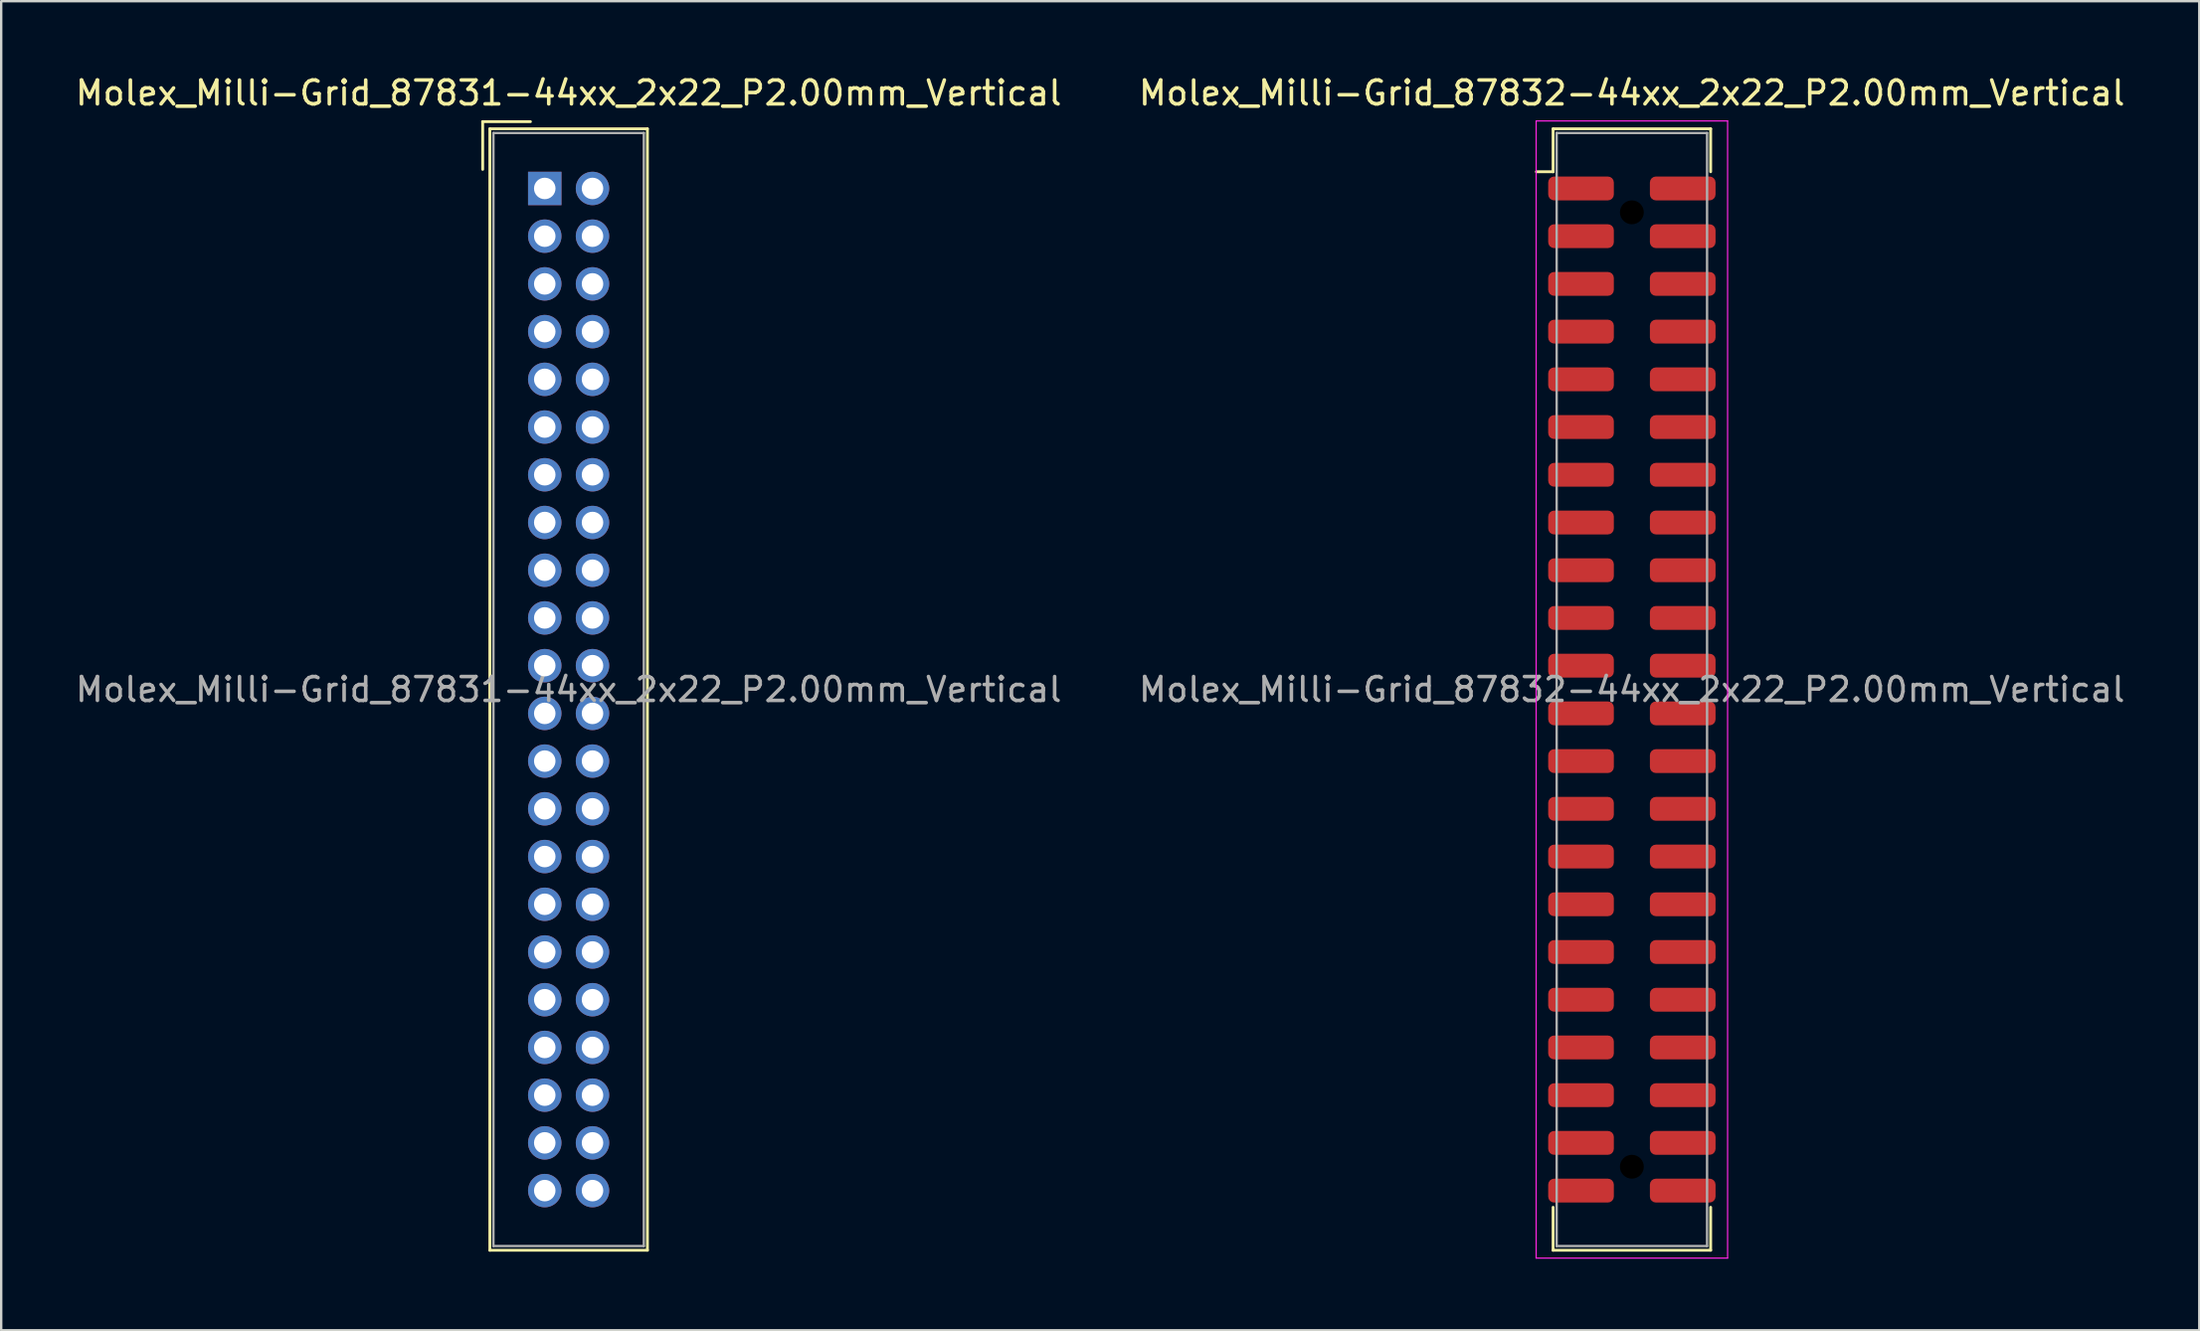
<source format=kicad_pcb>
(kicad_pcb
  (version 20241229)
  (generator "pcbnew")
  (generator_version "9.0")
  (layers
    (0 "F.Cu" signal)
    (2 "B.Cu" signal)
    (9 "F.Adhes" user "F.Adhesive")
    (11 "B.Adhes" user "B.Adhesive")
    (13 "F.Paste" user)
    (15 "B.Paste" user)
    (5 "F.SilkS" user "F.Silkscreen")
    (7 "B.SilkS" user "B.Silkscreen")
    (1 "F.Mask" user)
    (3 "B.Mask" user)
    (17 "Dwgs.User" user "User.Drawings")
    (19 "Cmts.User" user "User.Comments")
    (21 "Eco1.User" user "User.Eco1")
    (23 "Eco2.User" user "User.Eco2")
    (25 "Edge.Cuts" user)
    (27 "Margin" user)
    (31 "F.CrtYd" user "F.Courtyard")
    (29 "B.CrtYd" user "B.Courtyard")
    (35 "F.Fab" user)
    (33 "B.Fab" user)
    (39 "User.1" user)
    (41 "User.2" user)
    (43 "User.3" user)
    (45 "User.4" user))
  (footprint "Molex_Milli-Grid_87832-44xx_2x22_P2.00mm_Vertical"
    (layer "F.Cu")
    (at 65.304 25.848)
    (property "Reference" "Molex_Milli-Grid_87832-44xx_2x22_P2.00mm_Vertical" (at 0 -25 0) (unlocked yes) (layer "F.SilkS") (effects (font (size 1 1) (thickness 0.15))))
    (attr smd)
    (fp_line (start -3.3 -23.5) (end -3.3 -21.7) (stroke (width 0.12) (type solid)) (layer "F.SilkS"))
    (fp_line (start -3.3 -23.5) (end 3.3 -23.5) (stroke (width 0.12) (type solid)) (layer "F.SilkS"))
    (fp_line (start -3.3 -21.7) (end -4 -21.7) (stroke (width 0.12) (type solid)) (layer "F.SilkS"))
    (fp_line (start -3.3 21.7) (end -3.3 23.5) (stroke (width 0.12) (type solid)) (layer "F.SilkS"))
    (fp_line (start -3.3 23.5) (end 3.3 23.5) (stroke (width 0.12) (type solid)) (layer "F.SilkS"))
    (fp_line (start 3.3 -23.5) (end 3.3 -21.7) (stroke (width 0.12) (type solid)) (layer "F.SilkS"))
    (fp_line (start 3.3 23.5) (end 3.3 21.7) (stroke (width 0.12) (type solid)) (layer "F.SilkS"))
    (fp_line (start -4.01 -23.83) (end -4.01 23.83) (stroke (width 0.05) (type solid)) (layer "F.CrtYd"))
    (fp_line (start -4.01 -23.83) (end 4.01 -23.83) (stroke (width 0.05) (type solid)) (layer "F.CrtYd"))
    (fp_line (start -4.01 23.83) (end 4.01 23.83) (stroke (width 0.05) (type solid)) (layer "F.CrtYd"))
    (fp_line (start 4.01 -23.83) (end 4.01 23.83) (stroke (width 0.05) (type solid)) (layer "F.CrtYd"))
    (fp_line (start -3.15 -23.325) (end -3.15 23.325) (stroke (width 0.1) (type solid)) (layer "F.Fab"))
    (fp_line (start -3.15 -23.325) (end 3.15 -23.325) (stroke (width 0.1) (type solid)) (layer "F.Fab"))
    (fp_line (start -3.15 23.325) (end 3.15 23.325) (stroke (width 0.1) (type solid)) (layer "F.Fab"))
    (fp_line (start 3.15 -23.325) (end 3.15 23.325) (stroke (width 0.1) (type solid)) (layer "F.Fab"))
    (fp_text user "${REFERENCE}" (at 0 0 0) (unlocked yes) (layer "F.Fab") (effects (font (size 1 1) (thickness 0.15))))
    (pad "" np_thru_hole circle (at 0 -20) (size 1 1) (drill 1) (layers "*.Mask"))
    (pad "" np_thru_hole circle (at 0 20) (size 1 1) (drill 1) (layers "*.Mask"))
    (pad "1" smd roundrect (at -2.13 -21) (size 2.75 1) (layers "F.Cu" "F.Mask" "F.Paste") (roundrect_rratio 0.25))
    (pad "2" smd roundrect (at 2.13 -21) (size 2.75 1) (layers "F.Cu" "F.Mask" "F.Paste") (roundrect_rratio 0.25))
    (pad "3" smd roundrect (at -2.13 -19) (size 2.75 1) (layers "F.Cu" "F.Mask" "F.Paste") (roundrect_rratio 0.25))
    (pad "4" smd roundrect (at 2.13 -19) (size 2.75 1) (layers "F.Cu" "F.Mask" "F.Paste") (roundrect_rratio 0.25))
    (pad "5" smd roundrect (at -2.13 -17) (size 2.75 1) (layers "F.Cu" "F.Mask" "F.Paste") (roundrect_rratio 0.25))
    (pad "6" smd roundrect (at 2.13 -17) (size 2.75 1) (layers "F.Cu" "F.Mask" "F.Paste") (roundrect_rratio 0.25))
    (pad "7" smd roundrect (at -2.13 -15) (size 2.75 1) (layers "F.Cu" "F.Mask" "F.Paste") (roundrect_rratio 0.25))
    (pad "8" smd roundrect (at 2.13 -15) (size 2.75 1) (layers "F.Cu" "F.Mask" "F.Paste") (roundrect_rratio 0.25))
    (pad "9" smd roundrect (at -2.13 -13) (size 2.75 1) (layers "F.Cu" "F.Mask" "F.Paste") (roundrect_rratio 0.25))
    (pad "10" smd roundrect (at 2.13 -13) (size 2.75 1) (layers "F.Cu" "F.Mask" "F.Paste") (roundrect_rratio 0.25))
    (pad "11" smd roundrect (at -2.13 -11) (size 2.75 1) (layers "F.Cu" "F.Mask" "F.Paste") (roundrect_rratio 0.25))
    (pad "12" smd roundrect (at 2.13 -11) (size 2.75 1) (layers "F.Cu" "F.Mask" "F.Paste") (roundrect_rratio 0.25))
    (pad "13" smd roundrect (at -2.13 -9) (size 2.75 1) (layers "F.Cu" "F.Mask" "F.Paste") (roundrect_rratio 0.25))
    (pad "14" smd roundrect (at 2.13 -9) (size 2.75 1) (layers "F.Cu" "F.Mask" "F.Paste") (roundrect_rratio 0.25))
    (pad "15" smd roundrect (at -2.13 -7) (size 2.75 1) (layers "F.Cu" "F.Mask" "F.Paste") (roundrect_rratio 0.25))
    (pad "16" smd roundrect (at 2.13 -7) (size 2.75 1) (layers "F.Cu" "F.Mask" "F.Paste") (roundrect_rratio 0.25))
    (pad "17" smd roundrect (at -2.13 -5) (size 2.75 1) (layers "F.Cu" "F.Mask" "F.Paste") (roundrect_rratio 0.25))
    (pad "18" smd roundrect (at 2.13 -5) (size 2.75 1) (layers "F.Cu" "F.Mask" "F.Paste") (roundrect_rratio 0.25))
    (pad "19" smd roundrect (at -2.13 -3) (size 2.75 1) (layers "F.Cu" "F.Mask" "F.Paste") (roundrect_rratio 0.25))
    (pad "20" smd roundrect (at 2.13 -3) (size 2.75 1) (layers "F.Cu" "F.Mask" "F.Paste") (roundrect_rratio 0.25))
    (pad "21" smd roundrect (at -2.13 -1) (size 2.75 1) (layers "F.Cu" "F.Mask" "F.Paste") (roundrect_rratio 0.25))
    (pad "22" smd roundrect (at 2.13 -1) (size 2.75 1) (layers "F.Cu" "F.Mask" "F.Paste") (roundrect_rratio 0.25))
    (pad "23" smd roundrect (at -2.13 1) (size 2.75 1) (layers "F.Cu" "F.Mask" "F.Paste") (roundrect_rratio 0.25))
    (pad "24" smd roundrect (at 2.13 1) (size 2.75 1) (layers "F.Cu" "F.Mask" "F.Paste") (roundrect_rratio 0.25))
    (pad "25" smd roundrect (at -2.13 3) (size 2.75 1) (layers "F.Cu" "F.Mask" "F.Paste") (roundrect_rratio 0.25))
    (pad "26" smd roundrect (at 2.13 3) (size 2.75 1) (layers "F.Cu" "F.Mask" "F.Paste") (roundrect_rratio 0.25))
    (pad "27" smd roundrect (at -2.13 5) (size 2.75 1) (layers "F.Cu" "F.Mask" "F.Paste") (roundrect_rratio 0.25))
    (pad "28" smd roundrect (at 2.13 5) (size 2.75 1) (layers "F.Cu" "F.Mask" "F.Paste") (roundrect_rratio 0.25))
    (pad "29" smd roundrect (at -2.13 7) (size 2.75 1) (layers "F.Cu" "F.Mask" "F.Paste") (roundrect_rratio 0.25))
    (pad "30" smd roundrect (at 2.13 7) (size 2.75 1) (layers "F.Cu" "F.Mask" "F.Paste") (roundrect_rratio 0.25))
    (pad "31" smd roundrect (at -2.13 9) (size 2.75 1) (layers "F.Cu" "F.Mask" "F.Paste") (roundrect_rratio 0.25))
    (pad "32" smd roundrect (at 2.13 9) (size 2.75 1) (layers "F.Cu" "F.Mask" "F.Paste") (roundrect_rratio 0.25))
    (pad "33" smd roundrect (at -2.13 11) (size 2.75 1) (layers "F.Cu" "F.Mask" "F.Paste") (roundrect_rratio 0.25))
    (pad "34" smd roundrect (at 2.13 11) (size 2.75 1) (layers "F.Cu" "F.Mask" "F.Paste") (roundrect_rratio 0.25))
    (pad "35" smd roundrect (at -2.13 13) (size 2.75 1) (layers "F.Cu" "F.Mask" "F.Paste") (roundrect_rratio 0.25))
    (pad "36" smd roundrect (at 2.13 13) (size 2.75 1) (layers "F.Cu" "F.Mask" "F.Paste") (roundrect_rratio 0.25))
    (pad "37" smd roundrect (at -2.13 15) (size 2.75 1) (layers "F.Cu" "F.Mask" "F.Paste") (roundrect_rratio 0.25))
    (pad "38" smd roundrect (at 2.13 15) (size 2.75 1) (layers "F.Cu" "F.Mask" "F.Paste") (roundrect_rratio 0.25))
    (pad "39" smd roundrect (at -2.13 17) (size 2.75 1) (layers "F.Cu" "F.Mask" "F.Paste") (roundrect_rratio 0.25))
    (pad "40" smd roundrect (at 2.13 17) (size 2.75 1) (layers "F.Cu" "F.Mask" "F.Paste") (roundrect_rratio 0.25))
    (pad "41" smd roundrect (at -2.13 19) (size 2.75 1) (layers "F.Cu" "F.Mask" "F.Paste") (roundrect_rratio 0.25))
    (pad "42" smd roundrect (at 2.13 19) (size 2.75 1) (layers "F.Cu" "F.Mask" "F.Paste") (roundrect_rratio 0.25))
    (pad "43" smd roundrect (at -2.13 21) (size 2.75 1) (layers "F.Cu" "F.Mask" "F.Paste") (roundrect_rratio 0.25))
    (pad "44" smd roundrect (at 2.13 21) (size 2.75 1) (layers "F.Cu" "F.Mask" "F.Paste") (roundrect_rratio 0.25)))
  (footprint "Molex_Milli-Grid_87831-44xx_2x22_P2.00mm_Vertical"
    (layer "F.Cu")
    (at 19.768 4.848)
    (property "Reference" "Molex_Milli-Grid_87831-44xx_2x22_P2.00mm_Vertical" (at 1 -4 0) (unlocked yes) (layer "F.SilkS") (effects (font (size 1 1) (thickness 0.15))))
    (attr through_hole)
    (fp_line (start -2.6 -2.8) (end -2.6 -0.8) (stroke (width 0.12) (type solid)) (layer "F.SilkS"))
    (fp_line (start -2.3 -2.5) (end -2.3 44.5) (stroke (width 0.12) (type solid)) (layer "F.SilkS"))
    (fp_line (start -2.3 44.5) (end 4.3 44.5) (stroke (width 0.12) (type solid)) (layer "F.SilkS"))
    (fp_line (start -0.6 -2.8) (end -2.6 -2.8) (stroke (width 0.12) (type solid)) (layer "F.SilkS"))
    (fp_line (start 4.3 -2.5) (end -2.3 -2.5) (stroke (width 0.12) (type solid)) (layer "F.SilkS"))
    (fp_line (start 4.3 44.5) (end 4.3 -2.5) (stroke (width 0.12) (type solid)) (layer "F.SilkS"))
    (fp_line (start -2.15 -2.325) (end -2.15 44.325) (stroke (width 0.1) (type solid)) (layer "F.Fab"))
    (fp_line (start -2.15 -2.325) (end 4.15 -2.325) (stroke (width 0.1) (type solid)) (layer "F.Fab"))
    (fp_line (start -2.15 44.325) (end 4.15 44.325) (stroke (width 0.1) (type solid)) (layer "F.Fab"))
    (fp_line (start 4.15 -2.325) (end 4.15 44.325) (stroke (width 0.1) (type solid)) (layer "F.Fab"))
    (fp_text user "${REFERENCE}" (at 1 21 0) (unlocked yes) (layer "F.Fab") (effects (font (size 1 1) (thickness 0.15))))
    (pad "1" thru_hole rect (at 0 0) (size 1.4 1.4) (drill 0.9) (layers "*.Cu" "*.Mask"))
    (pad "2" thru_hole circle (at 2 0) (size 1.4 1.4) (drill 0.9) (layers "*.Cu" "*.Mask"))
    (pad "3" thru_hole circle (at 0 2) (size 1.4 1.4) (drill 0.9) (layers "*.Cu" "*.Mask"))
    (pad "4" thru_hole circle (at 2 2) (size 1.4 1.4) (drill 0.9) (layers "*.Cu" "*.Mask"))
    (pad "5" thru_hole circle (at 0 4) (size 1.4 1.4) (drill 0.9) (layers "*.Cu" "*.Mask"))
    (pad "6" thru_hole circle (at 2 4) (size 1.4 1.4) (drill 0.9) (layers "*.Cu" "*.Mask"))
    (pad "7" thru_hole circle (at 0 6) (size 1.4 1.4) (drill 0.9) (layers "*.Cu" "*.Mask"))
    (pad "8" thru_hole circle (at 2 6) (size 1.4 1.4) (drill 0.9) (layers "*.Cu" "*.Mask"))
    (pad "9" thru_hole circle (at 0 8) (size 1.4 1.4) (drill 0.9) (layers "*.Cu" "*.Mask"))
    (pad "10" thru_hole circle (at 2 8) (size 1.4 1.4) (drill 0.9) (layers "*.Cu" "*.Mask"))
    (pad "11" thru_hole circle (at 0 10) (size 1.4 1.4) (drill 0.9) (layers "*.Cu" "*.Mask"))
    (pad "12" thru_hole circle (at 2 10) (size 1.4 1.4) (drill 0.9) (layers "*.Cu" "*.Mask"))
    (pad "13" thru_hole circle (at 0 12) (size 1.4 1.4) (drill 0.9) (layers "*.Cu" "*.Mask"))
    (pad "14" thru_hole circle (at 2 12) (size 1.4 1.4) (drill 0.9) (layers "*.Cu" "*.Mask"))
    (pad "15" thru_hole circle (at 0 14) (size 1.4 1.4) (drill 0.9) (layers "*.Cu" "*.Mask"))
    (pad "16" thru_hole circle (at 2 14) (size 1.4 1.4) (drill 0.9) (layers "*.Cu" "*.Mask"))
    (pad "17" thru_hole circle (at 0 16) (size 1.4 1.4) (drill 0.9) (layers "*.Cu" "*.Mask"))
    (pad "18" thru_hole circle (at 2 16) (size 1.4 1.4) (drill 0.9) (layers "*.Cu" "*.Mask"))
    (pad "19" thru_hole circle (at 0 18) (size 1.4 1.4) (drill 0.9) (layers "*.Cu" "*.Mask"))
    (pad "20" thru_hole circle (at 2 18) (size 1.4 1.4) (drill 0.9) (layers "*.Cu" "*.Mask"))
    (pad "21" thru_hole circle (at 0 20) (size 1.4 1.4) (drill 0.9) (layers "*.Cu" "*.Mask"))
    (pad "22" thru_hole circle (at 2 20) (size 1.4 1.4) (drill 0.9) (layers "*.Cu" "*.Mask"))
    (pad "23" thru_hole circle (at 0 22) (size 1.4 1.4) (drill 0.9) (layers "*.Cu" "*.Mask"))
    (pad "24" thru_hole circle (at 2 22) (size 1.4 1.4) (drill 0.9) (layers "*.Cu" "*.Mask"))
    (pad "25" thru_hole circle (at 0 24) (size 1.4 1.4) (drill 0.9) (layers "*.Cu" "*.Mask"))
    (pad "26" thru_hole circle (at 2 24) (size 1.4 1.4) (drill 0.9) (layers "*.Cu" "*.Mask"))
    (pad "27" thru_hole circle (at 0 26) (size 1.4 1.4) (drill 0.9) (layers "*.Cu" "*.Mask"))
    (pad "28" thru_hole circle (at 2 26) (size 1.4 1.4) (drill 0.9) (layers "*.Cu" "*.Mask"))
    (pad "29" thru_hole circle (at 0 28) (size 1.4 1.4) (drill 0.9) (layers "*.Cu" "*.Mask"))
    (pad "30" thru_hole circle (at 2 28) (size 1.4 1.4) (drill 0.9) (layers "*.Cu" "*.Mask"))
    (pad "31" thru_hole circle (at 0 30) (size 1.4 1.4) (drill 0.9) (layers "*.Cu" "*.Mask"))
    (pad "32" thru_hole circle (at 2 30) (size 1.4 1.4) (drill 0.9) (layers "*.Cu" "*.Mask"))
    (pad "33" thru_hole circle (at 0 32) (size 1.4 1.4) (drill 0.9) (layers "*.Cu" "*.Mask"))
    (pad "34" thru_hole circle (at 2 32) (size 1.4 1.4) (drill 0.9) (layers "*.Cu" "*.Mask"))
    (pad "35" thru_hole circle (at 0 34) (size 1.4 1.4) (drill 0.9) (layers "*.Cu" "*.Mask"))
    (pad "36" thru_hole circle (at 2 34) (size 1.4 1.4) (drill 0.9) (layers "*.Cu" "*.Mask"))
    (pad "37" thru_hole circle (at 0 36) (size 1.4 1.4) (drill 0.9) (layers "*.Cu" "*.Mask"))
    (pad "38" thru_hole circle (at 2 36) (size 1.4 1.4) (drill 0.9) (layers "*.Cu" "*.Mask"))
    (pad "39" thru_hole circle (at 0 38) (size 1.4 1.4) (drill 0.9) (layers "*.Cu" "*.Mask"))
    (pad "40" thru_hole circle (at 2 38) (size 1.4 1.4) (drill 0.9) (layers "*.Cu" "*.Mask"))
    (pad "41" thru_hole circle (at 0 40) (size 1.4 1.4) (drill 0.9) (layers "*.Cu" "*.Mask"))
    (pad "42" thru_hole circle (at 2 40) (size 1.4 1.4) (drill 0.9) (layers "*.Cu" "*.Mask"))
    (pad "43" thru_hole circle (at 0 42) (size 1.4 1.4) (drill 0.9) (layers "*.Cu" "*.Mask"))
    (pad "44" thru_hole circle (at 2 42) (size 1.4 1.4) (drill 0.9) (layers "*.Cu" "*.Mask")))
  (gr_rect
    (start -3 -3)
    (end 89.071 52.703)
    (stroke (width 0.1) (type default))
    (fill no)
    (layer "Edge.Cuts")))
</source>
